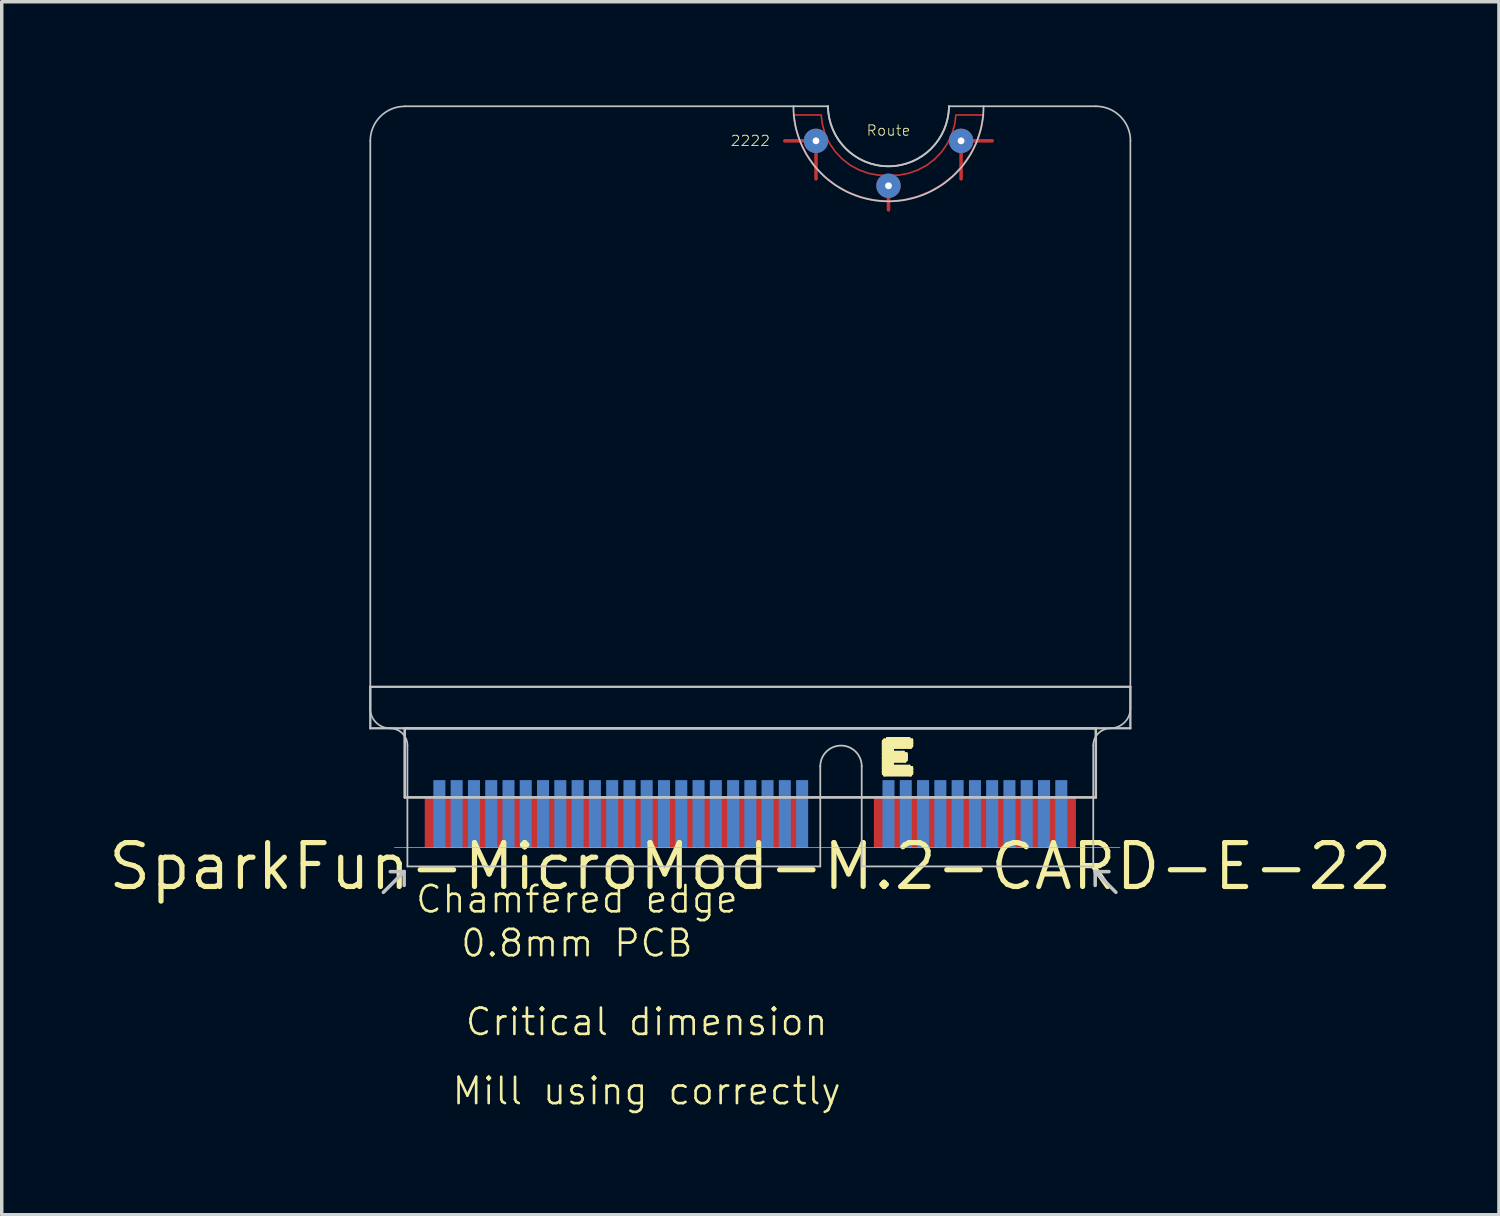
<source format=kicad_pcb>
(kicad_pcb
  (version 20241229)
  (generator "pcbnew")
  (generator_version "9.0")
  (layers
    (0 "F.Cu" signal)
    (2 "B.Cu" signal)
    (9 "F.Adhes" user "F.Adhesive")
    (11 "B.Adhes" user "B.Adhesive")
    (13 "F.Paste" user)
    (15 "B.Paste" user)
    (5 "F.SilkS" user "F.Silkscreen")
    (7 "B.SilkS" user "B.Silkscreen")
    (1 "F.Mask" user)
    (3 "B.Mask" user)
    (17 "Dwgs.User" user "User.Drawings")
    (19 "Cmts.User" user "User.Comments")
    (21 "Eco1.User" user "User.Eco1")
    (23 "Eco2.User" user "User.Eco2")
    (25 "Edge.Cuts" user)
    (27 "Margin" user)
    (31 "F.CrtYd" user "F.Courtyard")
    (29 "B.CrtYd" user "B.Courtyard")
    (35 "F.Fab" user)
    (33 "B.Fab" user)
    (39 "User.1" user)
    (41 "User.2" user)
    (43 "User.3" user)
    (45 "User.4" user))
  (footprint "SparkFun-MicroMod-M.2-CARD-E-22"
    (layer "F.Cu")
    (at 18.664 22.024)
    (property "Reference" "SparkFun-MicroMod-M.2-CARD-E-22" (at 0 0 0) (layer "F.SilkS") (effects (font (size 1.27 1.27) (thickness 0.15))))
    (attr smd)
    (fp_line (start 1.9 -20.998) (end 0.998 -20.998) (stroke (width 0.102) (type solid)) (layer "F.Cu"))
    (fp_line (start 1.9 -20.998) (end 1.9 -19.898) (stroke (width 0.102) (type solid)) (layer "F.Cu"))
    (fp_line (start 3.998 -19.698) (end 3.998 -18.999) (stroke (width 0.102) (type solid)) (layer "F.Cu"))
    (fp_line (start 6.099 -20.998) (end 6.099 -19.898) (stroke (width 0.102) (type solid)) (layer "F.Cu"))
    (fp_line (start 6.099 -20.998) (end 6.998 -20.998) (stroke (width 0.102) (type solid)) (layer "F.Cu"))
    (fp_poly (pts (xy 1.25 -21.747) (xy 2.05 -21.747) (xy 2.088 -21.46) (xy 2.169 -21.181) (xy 2.296 -20.919) (xy 2.461 -20.681) (xy 2.662 -20.47) (xy 2.893 -20.292) (xy 3.147 -20.155) (xy 3.421 -20.058) (xy 3.708 -20.005) (xy 3.998 -20) (xy 4.29 -20.005) (xy 4.575 -20.058) (xy 4.849 -20.155) (xy 5.105 -20.292) (xy 5.337 -20.47) (xy 5.537 -20.681) (xy 5.702 -20.919) (xy 5.827 -21.181) (xy 5.911 -21.46) (xy 5.949 -21.747) (xy 6.749 -21.747) (xy 6.678 -21.349) (xy 6.548 -20.963) (xy 6.363 -20.602) (xy 6.129 -20.269) (xy 5.85 -19.975) (xy 5.53 -19.726) (xy 5.177 -19.522) (xy 4.798 -19.375) (xy 4.404 -19.281) (xy 3.998 -19.248) (xy 3.594 -19.279) (xy 3.195 -19.37) (xy 2.817 -19.517) (xy 2.464 -19.718) (xy 2.141 -19.969) (xy 1.862 -20.264) (xy 1.628 -20.597) (xy 1.445 -20.96) (xy 1.318 -21.349) (xy 1.25 -21.747)) (stroke (width 0.048) (type solid)) (fill no) (layer "F.Cu"))
    (fp_poly (pts (xy 1.25 -21.999) (xy 2.248 -21.999) (xy 2.271 -21.725) (xy 2.334 -21.458) (xy 2.438 -21.204) (xy 2.583 -20.97) (xy 2.761 -20.762) (xy 2.969 -20.584) (xy 3.205 -20.439) (xy 3.457 -20.335) (xy 3.726 -20.269) (xy 3.998 -20.249) (xy 4.272 -20.269) (xy 4.539 -20.335) (xy 4.793 -20.439) (xy 5.027 -20.584) (xy 5.235 -20.762) (xy 5.415 -20.97) (xy 5.558 -21.204) (xy 5.664 -21.458) (xy 5.728 -21.725) (xy 5.748 -21.999) (xy 6.749 -21.999) (xy 6.721 -21.608) (xy 6.637 -21.224) (xy 6.5 -20.856) (xy 6.312 -20.513) (xy 6.078 -20.198) (xy 5.799 -19.921) (xy 5.486 -19.685) (xy 5.141 -19.497) (xy 4.773 -19.36) (xy 4.389 -19.276) (xy 3.998 -19.248) (xy 3.607 -19.276) (xy 3.223 -19.36) (xy 2.857 -19.497) (xy 2.512 -19.685) (xy 2.197 -19.921) (xy 1.92 -20.198) (xy 1.684 -20.513) (xy 1.496 -20.856) (xy 1.359 -21.224) (xy 1.278 -21.608) (xy 1.25 -21.999)) (stroke (width 0.048) (type solid)) (fill no) (layer "F.Mask"))
    (fp_poly (pts (xy 6.749 -21.999) (xy 5.748 -21.999) (xy 5.728 -21.725) (xy 5.664 -21.458) (xy 5.558 -21.204) (xy 5.415 -20.97) (xy 5.235 -20.762) (xy 5.027 -20.584) (xy 4.793 -20.439) (xy 4.539 -20.335) (xy 4.272 -20.269) (xy 3.998 -20.249) (xy 3.726 -20.269) (xy 3.457 -20.335) (xy 3.205 -20.439) (xy 2.969 -20.584) (xy 2.761 -20.762) (xy 2.583 -20.97) (xy 2.438 -21.204) (xy 2.334 -21.458) (xy 2.271 -21.725) (xy 2.248 -21.999) (xy 1.25 -21.999) (xy 1.278 -21.608) (xy 1.359 -21.224) (xy 1.496 -20.856) (xy 1.684 -20.513) (xy 1.92 -20.198) (xy 2.197 -19.921) (xy 2.512 -19.685) (xy 2.857 -19.497) (xy 3.223 -19.36) (xy 3.607 -19.276) (xy 3.998 -19.248) (xy 4.389 -19.276) (xy 4.773 -19.36) (xy 5.141 -19.497) (xy 5.486 -19.685) (xy 5.799 -19.921) (xy 6.078 -20.198) (xy 6.312 -20.513) (xy 6.5 -20.856) (xy 6.637 -21.224) (xy 6.721 -21.608) (xy 6.749 -21.999)) (stroke (width 0.048) (type solid)) (fill no) (layer "B.Mask"))
    (fp_line (start 3.84 -3.635) (end 4.679 -3.635) (stroke (width 0.066) (type solid)) (layer "F.SilkS"))
    (fp_line (start 3.84 -3.594) (end 3.84 -3.635) (stroke (width 0.066) (type solid)) (layer "F.SilkS"))
    (fp_line (start 3.84 -3.594) (end 4.679 -3.594) (stroke (width 0.066) (type solid)) (layer "F.SilkS"))
    (fp_line (start 3.84 -3.594) (end 4.679 -3.594) (stroke (width 0.066) (type solid)) (layer "F.SilkS"))
    (fp_line (start 3.84 -3.553) (end 3.84 -3.594) (stroke (width 0.066) (type solid)) (layer "F.SilkS"))
    (fp_line (start 3.84 -3.553) (end 4.679 -3.553) (stroke (width 0.066) (type solid)) (layer "F.SilkS"))
    (fp_line (start 3.84 -3.553) (end 4.679 -3.553) (stroke (width 0.066) (type solid)) (layer "F.SilkS"))
    (fp_line (start 3.84 -3.513) (end 3.84 -3.553) (stroke (width 0.066) (type solid)) (layer "F.SilkS"))
    (fp_line (start 3.84 -3.513) (end 4.679 -3.513) (stroke (width 0.066) (type solid)) (layer "F.SilkS"))
    (fp_line (start 3.84 -3.513) (end 4.679 -3.513) (stroke (width 0.066) (type solid)) (layer "F.SilkS"))
    (fp_line (start 3.84 -3.475) (end 3.84 -3.513) (stroke (width 0.066) (type solid)) (layer "F.SilkS"))
    (fp_line (start 3.84 -3.475) (end 4.641 -3.475) (stroke (width 0.066) (type solid)) (layer "F.SilkS"))
    (fp_line (start 3.84 -3.475) (end 4.679 -3.475) (stroke (width 0.066) (type solid)) (layer "F.SilkS"))
    (fp_line (start 3.84 -3.434) (end 3.84 -3.475) (stroke (width 0.066) (type solid)) (layer "F.SilkS"))
    (fp_line (start 3.84 -3.434) (end 4.12 -3.434) (stroke (width 0.066) (type solid)) (layer "F.SilkS"))
    (fp_line (start 3.84 -3.434) (end 4.641 -3.434) (stroke (width 0.066) (type solid)) (layer "F.SilkS"))
    (fp_line (start 3.84 -3.393) (end 3.84 -3.434) (stroke (width 0.066) (type solid)) (layer "F.SilkS"))
    (fp_line (start 3.84 -3.393) (end 4.12 -3.393) (stroke (width 0.066) (type solid)) (layer "F.SilkS"))
    (fp_line (start 3.84 -3.393) (end 4.12 -3.393) (stroke (width 0.066) (type solid)) (layer "F.SilkS"))
    (fp_line (start 3.84 -3.353) (end 3.84 -3.393) (stroke (width 0.066) (type solid)) (layer "F.SilkS"))
    (fp_line (start 3.84 -3.353) (end 4.12 -3.353) (stroke (width 0.066) (type solid)) (layer "F.SilkS"))
    (fp_line (start 3.84 -3.353) (end 4.12 -3.353) (stroke (width 0.066) (type solid)) (layer "F.SilkS"))
    (fp_line (start 3.84 -3.315) (end 3.84 -3.353) (stroke (width 0.066) (type solid)) (layer "F.SilkS"))
    (fp_line (start 3.84 -3.315) (end 4.12 -3.315) (stroke (width 0.066) (type solid)) (layer "F.SilkS"))
    (fp_line (start 3.84 -3.315) (end 4.44 -3.315) (stroke (width 0.066) (type solid)) (layer "F.SilkS"))
    (fp_line (start 3.84 -3.274) (end 3.84 -3.315) (stroke (width 0.066) (type solid)) (layer "F.SilkS"))
    (fp_line (start 3.84 -3.274) (end 4.44 -3.274) (stroke (width 0.066) (type solid)) (layer "F.SilkS"))
    (fp_line (start 3.84 -3.274) (end 4.519 -3.274) (stroke (width 0.066) (type solid)) (layer "F.SilkS"))
    (fp_line (start 3.84 -3.233) (end 3.84 -3.274) (stroke (width 0.066) (type solid)) (layer "F.SilkS"))
    (fp_line (start 3.84 -3.233) (end 4.519 -3.233) (stroke (width 0.066) (type solid)) (layer "F.SilkS"))
    (fp_line (start 3.84 -3.233) (end 4.519 -3.233) (stroke (width 0.066) (type solid)) (layer "F.SilkS"))
    (fp_line (start 3.84 -3.193) (end 3.84 -3.233) (stroke (width 0.066) (type solid)) (layer "F.SilkS"))
    (fp_line (start 3.84 -3.193) (end 4.519 -3.193) (stroke (width 0.066) (type solid)) (layer "F.SilkS"))
    (fp_line (start 3.84 -3.193) (end 4.519 -3.193) (stroke (width 0.066) (type solid)) (layer "F.SilkS"))
    (fp_line (start 3.84 -3.155) (end 3.84 -3.193) (stroke (width 0.066) (type solid)) (layer "F.SilkS"))
    (fp_line (start 3.84 -3.155) (end 4.519 -3.155) (stroke (width 0.066) (type solid)) (layer "F.SilkS"))
    (fp_line (start 3.84 -3.155) (end 4.519 -3.155) (stroke (width 0.066) (type solid)) (layer "F.SilkS"))
    (fp_line (start 3.84 -3.114) (end 3.84 -3.155) (stroke (width 0.066) (type solid)) (layer "F.SilkS"))
    (fp_line (start 3.84 -3.114) (end 4.519 -3.114) (stroke (width 0.066) (type solid)) (layer "F.SilkS"))
    (fp_line (start 3.84 -3.114) (end 4.519 -3.114) (stroke (width 0.066) (type solid)) (layer "F.SilkS"))
    (fp_line (start 3.84 -3.073) (end 3.84 -3.114) (stroke (width 0.066) (type solid)) (layer "F.SilkS"))
    (fp_line (start 3.84 -3.073) (end 4.481 -3.073) (stroke (width 0.066) (type solid)) (layer "F.SilkS"))
    (fp_line (start 3.84 -3.073) (end 4.519 -3.073) (stroke (width 0.066) (type solid)) (layer "F.SilkS"))
    (fp_line (start 3.84 -3.033) (end 3.84 -3.073) (stroke (width 0.066) (type solid)) (layer "F.SilkS"))
    (fp_line (start 3.84 -3.033) (end 4.12 -3.033) (stroke (width 0.066) (type solid)) (layer "F.SilkS"))
    (fp_line (start 3.84 -3.033) (end 4.481 -3.033) (stroke (width 0.066) (type solid)) (layer "F.SilkS"))
    (fp_line (start 3.84 -2.995) (end 3.84 -3.033) (stroke (width 0.066) (type solid)) (layer "F.SilkS"))
    (fp_line (start 3.84 -2.995) (end 4.12 -2.995) (stroke (width 0.066) (type solid)) (layer "F.SilkS"))
    (fp_line (start 3.84 -2.995) (end 4.12 -2.995) (stroke (width 0.066) (type solid)) (layer "F.SilkS"))
    (fp_line (start 3.84 -2.954) (end 3.84 -2.995) (stroke (width 0.066) (type solid)) (layer "F.SilkS"))
    (fp_line (start 3.84 -2.954) (end 4.12 -2.954) (stroke (width 0.066) (type solid)) (layer "F.SilkS"))
    (fp_line (start 3.84 -2.954) (end 4.12 -2.954) (stroke (width 0.066) (type solid)) (layer "F.SilkS"))
    (fp_line (start 3.84 -2.913) (end 3.84 -2.954) (stroke (width 0.066) (type solid)) (layer "F.SilkS"))
    (fp_line (start 3.84 -2.913) (end 4.12 -2.913) (stroke (width 0.066) (type solid)) (layer "F.SilkS"))
    (fp_line (start 3.84 -2.913) (end 4.6 -2.913) (stroke (width 0.066) (type solid)) (layer "F.SilkS"))
    (fp_line (start 3.84 -2.873) (end 3.84 -2.913) (stroke (width 0.066) (type solid)) (layer "F.SilkS"))
    (fp_line (start 3.84 -2.873) (end 4.6 -2.873) (stroke (width 0.066) (type solid)) (layer "F.SilkS"))
    (fp_line (start 3.84 -2.873) (end 4.679 -2.873) (stroke (width 0.066) (type solid)) (layer "F.SilkS"))
    (fp_line (start 3.84 -2.835) (end 3.84 -2.873) (stroke (width 0.066) (type solid)) (layer "F.SilkS"))
    (fp_line (start 3.84 -2.835) (end 4.679 -2.835) (stroke (width 0.066) (type solid)) (layer "F.SilkS"))
    (fp_line (start 3.84 -2.835) (end 4.679 -2.835) (stroke (width 0.066) (type solid)) (layer "F.SilkS"))
    (fp_line (start 3.84 -2.794) (end 3.84 -2.835) (stroke (width 0.066) (type solid)) (layer "F.SilkS"))
    (fp_line (start 3.84 -2.794) (end 4.679 -2.794) (stroke (width 0.066) (type solid)) (layer "F.SilkS"))
    (fp_line (start 3.84 -2.794) (end 4.679 -2.794) (stroke (width 0.066) (type solid)) (layer "F.SilkS"))
    (fp_line (start 3.84 -2.753) (end 3.84 -2.794) (stroke (width 0.066) (type solid)) (layer "F.SilkS"))
    (fp_line (start 3.84 -2.753) (end 4.679 -2.753) (stroke (width 0.066) (type solid)) (layer "F.SilkS"))
    (fp_line (start 3.84 -2.753) (end 4.679 -2.753) (stroke (width 0.066) (type solid)) (layer "F.SilkS"))
    (fp_line (start 3.84 -2.713) (end 3.84 -2.753) (stroke (width 0.066) (type solid)) (layer "F.SilkS"))
    (fp_line (start 3.84 -2.713) (end 4.679 -2.713) (stroke (width 0.066) (type solid)) (layer "F.SilkS"))
    (fp_line (start 3.84 -2.713) (end 4.679 -2.713) (stroke (width 0.066) (type solid)) (layer "F.SilkS"))
    (fp_line (start 3.84 -2.675) (end 3.84 -2.713) (stroke (width 0.066) (type solid)) (layer "F.SilkS"))
    (fp_line (start 3.84 -2.675) (end 4.679 -2.675) (stroke (width 0.066) (type solid)) (layer "F.SilkS"))
    (fp_line (start 3.879 -3.673) (end 4.679 -3.673) (stroke (width 0.066) (type solid)) (layer "F.SilkS"))
    (fp_line (start 3.879 -3.635) (end 3.879 -3.673) (stroke (width 0.066) (type solid)) (layer "F.SilkS"))
    (fp_line (start 3.879 -3.635) (end 4.679 -3.635) (stroke (width 0.066) (type solid)) (layer "F.SilkS"))
    (fp_line (start 3.879 -2.675) (end 4.641 -2.675) (stroke (width 0.066) (type solid)) (layer "F.SilkS"))
    (fp_line (start 3.879 -2.634) (end 3.879 -2.675) (stroke (width 0.066) (type solid)) (layer "F.SilkS"))
    (fp_line (start 3.879 -2.634) (end 4.641 -2.634) (stroke (width 0.066) (type solid)) (layer "F.SilkS"))
    (fp_line (start 3.96 -3.713) (end 4.6 -3.713) (stroke (width 0.066) (type solid)) (layer "F.SilkS"))
    (fp_line (start 3.96 -3.673) (end 3.96 -3.713) (stroke (width 0.066) (type solid)) (layer "F.SilkS"))
    (fp_line (start 3.96 -3.673) (end 4.6 -3.673) (stroke (width 0.066) (type solid)) (layer "F.SilkS"))
    (fp_line (start 4.12 -3.393) (end 4.12 -3.434) (stroke (width 0.066) (type solid)) (layer "F.SilkS"))
    (fp_line (start 4.12 -3.353) (end 4.12 -3.393) (stroke (width 0.066) (type solid)) (layer "F.SilkS"))
    (fp_line (start 4.12 -3.315) (end 4.12 -3.353) (stroke (width 0.066) (type solid)) (layer "F.SilkS"))
    (fp_line (start 4.12 -2.995) (end 4.12 -3.033) (stroke (width 0.066) (type solid)) (layer "F.SilkS"))
    (fp_line (start 4.12 -2.954) (end 4.12 -2.995) (stroke (width 0.066) (type solid)) (layer "F.SilkS"))
    (fp_line (start 4.12 -2.913) (end 4.12 -2.954) (stroke (width 0.066) (type solid)) (layer "F.SilkS"))
    (fp_line (start 4.44 -3.274) (end 4.44 -3.315) (stroke (width 0.066) (type solid)) (layer "F.SilkS"))
    (fp_line (start 4.481 -3.033) (end 4.481 -3.073) (stroke (width 0.066) (type solid)) (layer "F.SilkS"))
    (fp_line (start 4.519 -3.233) (end 4.519 -3.274) (stroke (width 0.066) (type solid)) (layer "F.SilkS"))
    (fp_line (start 4.519 -3.193) (end 4.519 -3.233) (stroke (width 0.066) (type solid)) (layer "F.SilkS"))
    (fp_line (start 4.519 -3.155) (end 4.519 -3.193) (stroke (width 0.066) (type solid)) (layer "F.SilkS"))
    (fp_line (start 4.519 -3.114) (end 4.519 -3.155) (stroke (width 0.066) (type solid)) (layer "F.SilkS"))
    (fp_line (start 4.519 -3.073) (end 4.519 -3.114) (stroke (width 0.066) (type solid)) (layer "F.SilkS"))
    (fp_line (start 4.6 -3.673) (end 4.6 -3.713) (stroke (width 0.066) (type solid)) (layer "F.SilkS"))
    (fp_line (start 4.6 -2.873) (end 4.6 -2.913) (stroke (width 0.066) (type solid)) (layer "F.SilkS"))
    (fp_line (start 4.641 -3.434) (end 4.641 -3.475) (stroke (width 0.066) (type solid)) (layer "F.SilkS"))
    (fp_line (start 4.641 -2.634) (end 4.641 -2.675) (stroke (width 0.066) (type solid)) (layer "F.SilkS"))
    (fp_line (start 4.679 -3.635) (end 4.679 -3.673) (stroke (width 0.066) (type solid)) (layer "F.SilkS"))
    (fp_line (start 4.679 -3.594) (end 4.679 -3.635) (stroke (width 0.066) (type solid)) (layer "F.SilkS"))
    (fp_line (start 4.679 -3.553) (end 4.679 -3.594) (stroke (width 0.066) (type solid)) (layer "F.SilkS"))
    (fp_line (start 4.679 -3.513) (end 4.679 -3.553) (stroke (width 0.066) (type solid)) (layer "F.SilkS"))
    (fp_line (start 4.679 -3.475) (end 4.679 -3.513) (stroke (width 0.066) (type solid)) (layer "F.SilkS"))
    (fp_line (start 4.679 -2.835) (end 4.679 -2.873) (stroke (width 0.066) (type solid)) (layer "F.SilkS"))
    (fp_line (start 4.679 -2.794) (end 4.679 -2.835) (stroke (width 0.066) (type solid)) (layer "F.SilkS"))
    (fp_line (start 4.679 -2.753) (end 4.679 -2.794) (stroke (width 0.066) (type solid)) (layer "F.SilkS"))
    (fp_line (start 4.679 -2.713) (end 4.679 -2.753) (stroke (width 0.066) (type solid)) (layer "F.SilkS"))
    (fp_line (start 4.679 -2.675) (end 4.679 -2.713) (stroke (width 0.066) (type solid)) (layer "F.SilkS"))
    (fp_line (start 1.9 -20.998) (end 0.998 -20.998) (stroke (width 0.102) (type solid)) (layer "B.Adhes"))
    (fp_line (start 1.9 -20.998) (end 1.9 -19.898) (stroke (width 0.102) (type solid)) (layer "B.Adhes"))
    (fp_line (start 3.998 -19.698) (end 3.998 -18.999) (stroke (width 0.102) (type solid)) (layer "B.Adhes"))
    (fp_line (start 6.099 -20.998) (end 6.099 -19.898) (stroke (width 0.102) (type solid)) (layer "B.Adhes"))
    (fp_line (start 6.099 -20.998) (end 6.998 -20.998) (stroke (width 0.102) (type solid)) (layer "B.Adhes"))
    (fp_poly (pts (xy 6.749 -21.747) (xy 5.949 -21.747) (xy 5.911 -21.46) (xy 5.827 -21.181) (xy 5.702 -20.919) (xy 5.537 -20.681) (xy 5.337 -20.47) (xy 5.105 -20.292) (xy 4.849 -20.155) (xy 4.575 -20.058) (xy 4.29 -20.005) (xy 3.998 -20) (xy 3.708 -20.005) (xy 3.421 -20.058) (xy 3.147 -20.155) (xy 2.893 -20.292) (xy 2.662 -20.47) (xy 2.461 -20.681) (xy 2.296 -20.919) (xy 2.169 -21.181) (xy 2.088 -21.46) (xy 2.05 -21.747) (xy 1.25 -21.747) (xy 1.321 -21.349) (xy 1.45 -20.963) (xy 1.633 -20.602) (xy 1.867 -20.269) (xy 2.149 -19.975) (xy 2.466 -19.726) (xy 2.819 -19.522) (xy 3.198 -19.375) (xy 3.594 -19.281) (xy 3.998 -19.248) (xy 4.404 -19.279) (xy 4.801 -19.37) (xy 5.182 -19.517) (xy 5.535 -19.718) (xy 5.855 -19.969) (xy 6.137 -20.264) (xy 6.37 -20.597) (xy 6.553 -20.96) (xy 6.68 -21.349) (xy 6.749 -21.747)) (stroke (width 0.048) (type solid)) (fill no) (layer "B.Adhes"))
    (fp_line (start -10.998 -20.998) (end -10.998 -4.575) (stroke (width 0.051) (type solid)) (layer "Dwgs.User"))
    (fp_line (start -10.998 -5.199) (end -10.998 -3.998) (stroke (width 0.066) (type solid)) (layer "Dwgs.User"))
    (fp_line (start -10.62 0.749) (end -10.018 0.15) (stroke (width 0.102) (type solid)) (layer "Dwgs.User"))
    (fp_line (start -10.3 -0.549) (end 10.698 -0.549) (stroke (width 0.018) (type solid)) (layer "Dwgs.User"))
    (fp_line (start -10.018 0.15) (end -10.419 0.15) (stroke (width 0.102) (type solid)) (layer "Dwgs.User"))
    (fp_line (start -10.018 0.15) (end -10.018 0.549) (stroke (width 0.102) (type solid)) (layer "Dwgs.User"))
    (fp_line (start -10 -3.998) (end -10 -1.999) (stroke (width 0.066) (type solid)) (layer "Dwgs.User"))
    (fp_line (start -10 -3.998) (end -10 -1.999) (stroke (width 0.066) (type solid)) (layer "Dwgs.User"))
    (fp_line (start -9.924 0) (end -9.924 -3.498) (stroke (width 0.051) (type solid)) (layer "Dwgs.User"))
    (fp_line (start 2.024 -2.898) (end 2.024 0) (stroke (width 0.051) (type solid)) (layer "Dwgs.User"))
    (fp_line (start 2.024 0) (end -9.924 0) (stroke (width 0.051) (type solid)) (layer "Dwgs.User"))
    (fp_line (start 2.248 -21.999) (end -10 -21.999) (stroke (width 0.051) (type solid)) (layer "Dwgs.User"))
    (fp_line (start 3.223 -2.898) (end 3.223 0) (stroke (width 0.051) (type solid)) (layer "Dwgs.User"))
    (fp_line (start 9.924 -3.498) (end 9.924 0) (stroke (width 0.051) (type solid)) (layer "Dwgs.User"))
    (fp_line (start 9.924 0) (end 3.223 0) (stroke (width 0.051) (type solid)) (layer "Dwgs.User"))
    (fp_line (start 9.98 0.15) (end 9.98 0.549) (stroke (width 0.102) (type solid)) (layer "Dwgs.User"))
    (fp_line (start 9.98 0.15) (end 10.378 0.15) (stroke (width 0.102) (type solid)) (layer "Dwgs.User"))
    (fp_line (start 10 -21.999) (end 5.748 -21.999) (stroke (width 0.051) (type solid)) (layer "Dwgs.User"))
    (fp_line (start 10 -3.998) (end -10 -3.998) (stroke (width 0.066) (type solid)) (layer "Dwgs.User"))
    (fp_line (start 10 -3.998) (end -10 -3.998) (stroke (width 0.066) (type solid)) (layer "Dwgs.User"))
    (fp_line (start 10 -3.998) (end 10 -1.999) (stroke (width 0.066) (type solid)) (layer "Dwgs.User"))
    (fp_line (start 10 -3.998) (end 10 -1.999) (stroke (width 0.066) (type solid)) (layer "Dwgs.User"))
    (fp_line (start 10 -1.999) (end -10 -1.999) (stroke (width 0.066) (type solid)) (layer "Dwgs.User"))
    (fp_line (start 10 -1.999) (end -10 -1.999) (stroke (width 0.066) (type solid)) (layer "Dwgs.User"))
    (fp_line (start 10.579 0.749) (end 9.98 0.15) (stroke (width 0.102) (type solid)) (layer "Dwgs.User"))
    (fp_line (start 10.998 -20.998) (end 10.998 -4.575) (stroke (width 0.048) (type solid)) (layer "Dwgs.User"))
    (fp_line (start 10.998 -5.199) (end -10.998 -5.199) (stroke (width 0.066) (type solid)) (layer "Dwgs.User"))
    (fp_line (start 10.998 -5.199) (end 10.998 -3.998) (stroke (width 0.066) (type solid)) (layer "Dwgs.User"))
    (fp_line (start 10.998 -3.998) (end -10.998 -3.998) (stroke (width 0.066) (type solid)) (layer "Dwgs.User"))
    (fp_arc (start -10.9982 -20.99818) (mid -10.705828 -21.704028) (end -9.99998 -21.9964) (stroke (width 0.04826) (type solid)) (layer "Dwgs.User"))
    (fp_arc (start -10.42416 -3.99796) (mid -10.831864 -4.166836) (end -11.00074 -4.57454) (stroke (width 0.04826) (type solid)) (layer "Dwgs.User"))
    (fp_arc (start -10.42416 -3.99796) (mid -10.070338 -3.851402) (end -9.92378 -3.49758) (stroke (width 0.0508) (type solid)) (layer "Dwgs.User"))
    (fp_arc (start 2.02438 -2.89814) (mid 2.62382 -3.49758) (end 3.22326 -2.89814) (stroke (width 0.0508) (type solid)) (layer "Dwgs.User"))
    (fp_arc (start 5.74802 -21.99894) (mid 3.99796 -20.24888) (end 2.2479 -21.99894) (stroke (width 0.0508) (type solid)) (layer "Dwgs.User"))
    (fp_arc (start 5.74802 -21.99894) (mid 3.99796 -20.24888) (end 2.2479 -21.99894) (stroke (width 0.0508) (type solid)) (layer "Dwgs.User"))
    (fp_arc (start 6.74878 -21.99894) (mid 3.99796 -19.24812) (end 1.24714 -21.99894) (stroke (width 0.0508) (type solid)) (layer "Dwgs.User"))
    (fp_arc (start 9.92378 -3.49758) (mid 10.070338 -3.851402) (end 10.42416 -3.99796) (stroke (width 0.0508) (type solid)) (layer "Dwgs.User"))
    (fp_arc (start 9.99998 -21.99894) (mid 10.707624 -21.705824) (end 11.00074 -20.99818) (stroke (width 0.04826) (type solid)) (layer "Dwgs.User"))
    (fp_arc (start 10.9982 -4.57454) (mid 10.830068 -4.168632) (end 10.42416 -4.0005) (stroke (width 0.04826) (type solid)) (layer "Dwgs.User"))
    (fp_text user "2222" (at 0 -20.998 180) (layer "F.SilkS") (effects (font (size 0.3 0.3) (thickness 0.025))))
    (fp_text user "Chamfered edge" (at -5.019 0.95 180) (layer "F.SilkS") (effects (font (size 0.762 0.762) (thickness 0.076))))
    (fp_text user "Critical dimension" (at -3 4.498 180) (layer "F.SilkS") (effects (font (size 0.762 0.762) (thickness 0.076))))
    (fp_text user "Route\n" (at 3.998 -21.298 0) (layer "F.SilkS") (effects (font (size 0.3 0.3) (thickness 0.025))))
    (fp_text user "Mill using correctly\n" (at -3 6.5 180) (layer "F.SilkS") (effects (font (size 0.762 0.762) (thickness 0.076))))
    (fp_text user "0.8mm PCB" (at -5.019 2.22 180) (layer "F.SilkS") (effects (font (size 0.762 0.762) (thickness 0.076))))
    (pad "1" smd rect (at 9.248 -1.273 180) (size 0.348 1.448) (layers "F.Cu" "F.Mask" "F.Paste"))
    (pad "2" smd rect (at 8.999 -1.524) (size 0.348 1.948) (layers "B.Cu" "B.Mask"))
    (pad "3" smd rect (at 8.748 -1.273 180) (size 0.348 1.448) (layers "F.Cu" "F.Mask" "F.Paste"))
    (pad "4" smd rect (at 8.499 -1.524) (size 0.348 1.948) (layers "B.Cu" "B.Mask"))
    (pad "5" smd rect (at 8.25 -1.273 180) (size 0.348 1.448) (layers "F.Cu" "F.Mask" "F.Paste"))
    (pad "6" smd rect (at 7.998 -1.524) (size 0.348 1.948) (layers "B.Cu" "B.Mask"))
    (pad "7" smd rect (at 7.75 -1.273 180) (size 0.348 1.448) (layers "F.Cu" "F.Mask" "F.Paste"))
    (pad "8" smd rect (at 7.498 -1.524) (size 0.348 1.948) (layers "B.Cu" "B.Mask"))
    (pad "9" smd rect (at 7.249 -1.273 180) (size 0.348 1.448) (layers "F.Cu" "F.Mask" "F.Paste"))
    (pad "10" smd rect (at 6.998 -1.524) (size 0.348 1.948) (layers "B.Cu" "B.Mask"))
    (pad "11" smd rect (at 6.749 -1.273 180) (size 0.348 1.448) (layers "F.Cu" "F.Mask" "F.Paste"))
    (pad "12" smd rect (at 6.5 -1.524) (size 0.348 1.948) (layers "B.Cu" "B.Mask"))
    (pad "13" smd rect (at 6.248 -1.273 180) (size 0.348 1.448) (layers "F.Cu" "F.Mask" "F.Paste"))
    (pad "14" smd rect (at 5.999 -1.524) (size 0.348 1.948) (layers "B.Cu" "B.Mask"))
    (pad "15" smd rect (at 5.748 -1.273 180) (size 0.348 1.448) (layers "F.Cu" "F.Mask" "F.Paste"))
    (pad "16" smd rect (at 5.499 -1.524) (size 0.348 1.948) (layers "B.Cu" "B.Mask"))
    (pad "17" smd rect (at 5.248 -1.273 180) (size 0.348 1.448) (layers "F.Cu" "F.Mask" "F.Paste"))
    (pad "18" smd rect (at 4.999 -1.524) (size 0.348 1.948) (layers "B.Cu" "B.Mask"))
    (pad "19" smd rect (at 4.75 -1.273 180) (size 0.348 1.448) (layers "F.Cu" "F.Mask" "F.Paste"))
    (pad "20" smd rect (at 4.498 -1.524) (size 0.348 1.948) (layers "B.Cu" "B.Mask"))
    (pad "21" smd rect (at 4.249 -1.273 180) (size 0.348 1.448) (layers "F.Cu" "F.Mask" "F.Paste"))
    (pad "22" smd rect (at 3.998 -1.524) (size 0.348 1.948) (layers "B.Cu" "B.Mask"))
    (pad "23" smd rect (at 3.749 -1.273 180) (size 0.348 1.448) (layers "F.Cu" "F.Mask" "F.Paste"))
    (pad "32" smd rect (at 1.499 -1.524) (size 0.348 1.948) (layers "B.Cu" "B.Mask"))
    (pad "33" smd rect (at 1.25 -1.273 180) (size 0.348 1.448) (layers "F.Cu" "F.Mask" "F.Paste"))
    (pad "34" smd rect (at 0.998 -1.524) (size 0.348 1.948) (layers "B.Cu" "B.Mask"))
    (pad "35" smd rect (at 0.749 -1.273 180) (size 0.348 1.448) (layers "F.Cu" "F.Mask" "F.Paste"))
    (pad "36" smd rect (at 0.498 -1.524) (size 0.348 1.948) (layers "B.Cu" "B.Mask"))
    (pad "37" smd rect (at 0.249 -1.273 180) (size 0.348 1.448) (layers "F.Cu" "F.Mask" "F.Paste"))
    (pad "38" smd rect (at 0 -1.524) (size 0.348 1.948) (layers "B.Cu" "B.Mask"))
    (pad "39" smd rect (at -0.249 -1.273 180) (size 0.348 1.448) (layers "F.Cu" "F.Mask" "F.Paste"))
    (pad "40" smd rect (at -0.498 -1.524) (size 0.348 1.948) (layers "B.Cu" "B.Mask"))
    (pad "41" smd rect (at -0.749 -1.273 180) (size 0.348 1.448) (layers "F.Cu" "F.Mask" "F.Paste"))
    (pad "42" smd rect (at -0.998 -1.524) (size 0.348 1.948) (layers "B.Cu" "B.Mask"))
    (pad "43" smd rect (at -1.25 -1.273 180) (size 0.348 1.448) (layers "F.Cu" "F.Mask" "F.Paste"))
    (pad "44" smd rect (at -1.499 -1.524) (size 0.348 1.948) (layers "B.Cu" "B.Mask"))
    (pad "45" smd rect (at -1.748 -1.273 180) (size 0.348 1.448) (layers "F.Cu" "F.Mask" "F.Paste"))
    (pad "46" smd rect (at -1.999 -1.524) (size 0.348 1.948) (layers "B.Cu" "B.Mask"))
    (pad "47" smd rect (at -2.248 -1.273 180) (size 0.348 1.448) (layers "F.Cu" "F.Mask" "F.Paste"))
    (pad "48" smd rect (at -2.499 -1.524) (size 0.348 1.948) (layers "B.Cu" "B.Mask"))
    (pad "49" smd rect (at -2.748 -1.273 180) (size 0.348 1.448) (layers "F.Cu" "F.Mask" "F.Paste"))
    (pad "50" smd rect (at -3 -1.524) (size 0.348 1.948) (layers "B.Cu" "B.Mask"))
    (pad "51" smd rect (at -3.249 -1.273 180) (size 0.348 1.448) (layers "F.Cu" "F.Mask" "F.Paste"))
    (pad "52" smd rect (at -3.498 -1.524) (size 0.348 1.948) (layers "B.Cu" "B.Mask"))
    (pad "53" smd rect (at -3.749 -1.273 180) (size 0.348 1.448) (layers "F.Cu" "F.Mask" "F.Paste"))
    (pad "54" smd rect (at -3.998 -1.524) (size 0.348 1.948) (layers "B.Cu" "B.Mask"))
    (pad "55" smd rect (at -4.249 -1.273 180) (size 0.348 1.448) (layers "F.Cu" "F.Mask" "F.Paste"))
    (pad "56" smd rect (at -4.498 -1.524) (size 0.348 1.948) (layers "B.Cu" "B.Mask"))
    (pad "57" smd rect (at -4.75 -1.273 180) (size 0.348 1.448) (layers "F.Cu" "F.Mask" "F.Paste"))
    (pad "58" smd rect (at -4.999 -1.524) (size 0.348 1.948) (layers "B.Cu" "B.Mask"))
    (pad "59" smd rect (at -5.248 -1.273 180) (size 0.348 1.448) (layers "F.Cu" "F.Mask" "F.Paste"))
    (pad "60" smd rect (at -5.499 -1.524) (size 0.348 1.948) (layers "B.Cu" "B.Mask"))
    (pad "61" smd rect (at -5.748 -1.273 180) (size 0.348 1.448) (layers "F.Cu" "F.Mask" "F.Paste"))
    (pad "62" smd rect (at -5.999 -1.524) (size 0.348 1.948) (layers "B.Cu" "B.Mask"))
    (pad "63" smd rect (at -6.248 -1.273 180) (size 0.348 1.448) (layers "F.Cu" "F.Mask" "F.Paste"))
    (pad "64" smd rect (at -6.5 -1.524) (size 0.348 1.948) (layers "B.Cu" "B.Mask"))
    (pad "65" smd rect (at -6.749 -1.273 180) (size 0.348 1.448) (layers "F.Cu" "F.Mask" "F.Paste"))
    (pad "66" smd rect (at -6.998 -1.524) (size 0.348 1.948) (layers "B.Cu" "B.Mask"))
    (pad "67" smd rect (at -7.249 -1.273 180) (size 0.348 1.448) (layers "F.Cu" "F.Mask" "F.Paste"))
    (pad "68" smd rect (at -7.498 -1.524) (size 0.348 1.948) (layers "B.Cu" "B.Mask"))
    (pad "69" smd rect (at -7.75 -1.273 180) (size 0.348 1.448) (layers "F.Cu" "F.Mask" "F.Paste"))
    (pad "70" smd rect (at -7.998 -1.524) (size 0.348 1.948) (layers "B.Cu" "B.Mask"))
    (pad "71" smd rect (at -8.25 -1.273 180) (size 0.348 1.448) (layers "F.Cu" "F.Mask" "F.Paste"))
    (pad "72" smd rect (at -8.499 -1.524) (size 0.348 1.948) (layers "B.Cu" "B.Mask"))
    (pad "73" smd rect (at -8.748 -1.273 180) (size 0.348 1.448) (layers "F.Cu" "F.Mask" "F.Paste"))
    (pad "74" smd rect (at -8.999 -1.524) (size 0.348 1.948) (layers "B.Cu" "B.Mask"))
    (pad "75" smd rect (at -9.248 -1.273 180) (size 0.348 1.448) (layers "F.Cu" "F.Mask" "F.Paste"))
    (pad "GND1" thru_hole circle (at 1.9 -20.998) (size 0.706 0.706) (drill 0.198) (layers "*.Cu" "*.Paste" "*.Mask"))
    (pad "GND2" thru_hole circle (at 3.998 -19.698) (size 0.706 0.706) (drill 0.198) (layers "*.Cu" "*.Paste" "*.Mask"))
    (pad "GND3" thru_hole circle (at 6.099 -20.998) (size 0.706 0.706) (drill 0.198) (layers "*.Cu" "*.Paste" "*.Mask")))
  (gr_rect
    (start -3 -3)
    (end 40.328 32.104)
    (stroke (width 0.1) (type default))
    (fill no)
    (layer "Edge.Cuts")))
</source>
